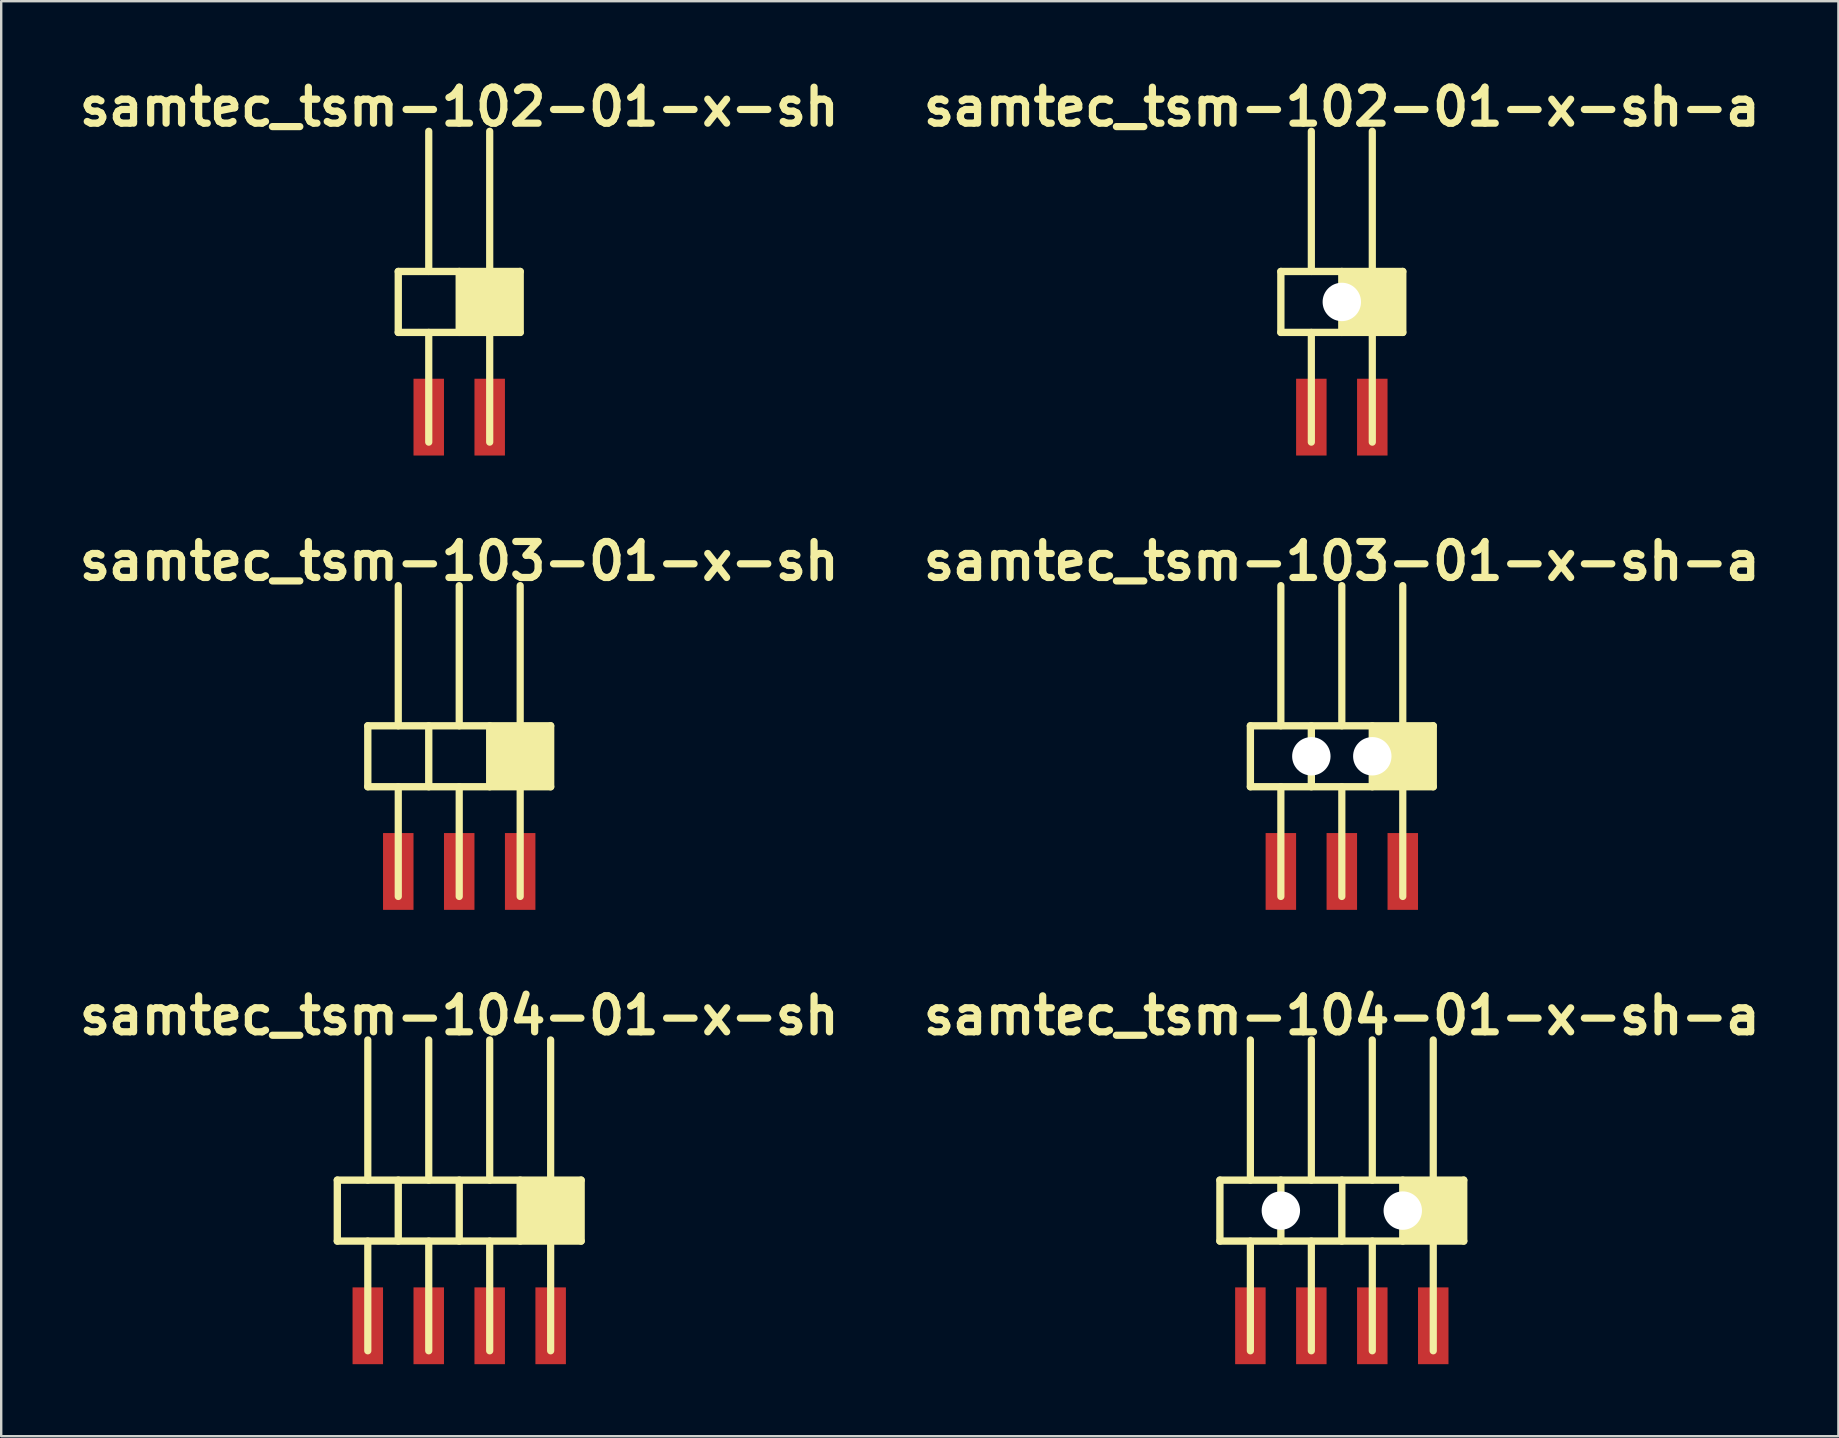
<source format=kicad_pcb>
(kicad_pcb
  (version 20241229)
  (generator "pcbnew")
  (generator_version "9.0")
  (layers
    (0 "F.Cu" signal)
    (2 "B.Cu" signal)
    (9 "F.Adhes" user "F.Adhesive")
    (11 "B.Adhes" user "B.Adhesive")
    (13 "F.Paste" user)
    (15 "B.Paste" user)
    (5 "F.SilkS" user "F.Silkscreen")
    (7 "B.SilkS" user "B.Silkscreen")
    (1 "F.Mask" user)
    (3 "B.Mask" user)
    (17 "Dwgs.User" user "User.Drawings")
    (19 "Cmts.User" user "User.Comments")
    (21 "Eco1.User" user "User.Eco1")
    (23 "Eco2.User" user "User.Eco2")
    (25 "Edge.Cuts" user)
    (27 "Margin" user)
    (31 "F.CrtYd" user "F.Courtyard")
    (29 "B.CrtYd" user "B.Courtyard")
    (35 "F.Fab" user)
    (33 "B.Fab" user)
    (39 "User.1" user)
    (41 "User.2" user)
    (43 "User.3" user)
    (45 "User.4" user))
  (footprint "samtec_tsm-103-01-x-sh"
    (layer "F.Cu")
    (at 16.086 28.464)
    (property "Reference" "samtec_tsm-103-01-x-sh" (at 0 -8.128 0) (layer "F.SilkS") (effects (font (size 1.5 1.5) (thickness 0.3))))
    (attr through_hole)
    (fp_line (start -3.81 -1.27) (end 3.81 -1.27) (stroke (width 0.305) (type solid)) (layer "F.SilkS"))
    (fp_line (start -3.81 1.27) (end -3.81 -1.27) (stroke (width 0.305) (type solid)) (layer "F.SilkS"))
    (fp_line (start -2.54 -1.27) (end -2.54 -7.112) (stroke (width 0.3) (type solid)) (layer "F.SilkS"))
    (fp_line (start -2.54 5.842) (end -2.54 1.27) (stroke (width 0.3) (type solid)) (layer "F.SilkS"))
    (fp_line (start -1.27 1.27) (end -1.27 -1.27) (stroke (width 0.305) (type solid)) (layer "F.SilkS"))
    (fp_line (start 0 -1.27) (end 0 -7.112) (stroke (width 0.3) (type solid)) (layer "F.SilkS"))
    (fp_line (start 0 5.842) (end 0 1.27) (stroke (width 0.3) (type solid)) (layer "F.SilkS"))
    (fp_line (start 1.27 -1.27) (end 1.27 1.27) (stroke (width 0.305) (type solid)) (layer "F.SilkS"))
    (fp_line (start 2.54 -1.27) (end 2.54 -7.112) (stroke (width 0.3) (type solid)) (layer "F.SilkS"))
    (fp_line (start 2.54 5.842) (end 2.54 1.27) (stroke (width 0.3) (type solid)) (layer "F.SilkS"))
    (fp_line (start 3.81 -1.27) (end 3.81 1.27) (stroke (width 0.305) (type solid)) (layer "F.SilkS"))
    (fp_line (start 3.81 1.27) (end -3.81 1.27) (stroke (width 0.305) (type solid)) (layer "F.SilkS"))
    (fp_poly (pts (xy 3.81 1.27) (xy 1.27 1.27) (xy 1.27 -1.27) (xy 3.81 -1.27)) (stroke (width 0.1) (type solid)) (fill yes) (layer "F.SilkS"))
    (pad "1" smd rect (at 2.54 4.8) (size 1.27 3.2) (layers "F.Cu" "F.Mask" "F.Paste"))
    (pad "2" smd rect (at 0 4.8) (size 1.27 3.2) (layers "F.Cu" "F.Mask" "F.Paste"))
    (pad "3" smd rect (at -2.54 4.8) (size 1.27 3.2) (layers "F.Cu" "F.Mask" "F.Paste")))
  (footprint "samtec_tsm-102-01-x-sh"
    (layer "F.Cu")
    (at 16.086 9.532)
    (property "Reference" "samtec_tsm-102-01-x-sh" (at 0 -8.128 0) (layer "F.SilkS") (effects (font (size 1.5 1.5) (thickness 0.3))))
    (attr through_hole)
    (fp_line (start -2.54 -1.27) (end 2.54 -1.27) (stroke (width 0.305) (type solid)) (layer "F.SilkS"))
    (fp_line (start -2.54 1.27) (end -2.54 -1.27) (stroke (width 0.305) (type solid)) (layer "F.SilkS"))
    (fp_line (start -1.27 -1.27) (end -1.27 -7.112) (stroke (width 0.3) (type solid)) (layer "F.SilkS"))
    (fp_line (start -1.27 5.842) (end -1.27 1.27) (stroke (width 0.3) (type solid)) (layer "F.SilkS"))
    (fp_line (start 0 -1.27) (end 0 1.27) (stroke (width 0.305) (type solid)) (layer "F.SilkS"))
    (fp_line (start 1.27 -1.27) (end 1.27 -7.112) (stroke (width 0.3) (type solid)) (layer "F.SilkS"))
    (fp_line (start 1.27 5.842) (end 1.27 1.27) (stroke (width 0.3) (type solid)) (layer "F.SilkS"))
    (fp_line (start 2.54 -1.27) (end 2.54 1.27) (stroke (width 0.305) (type solid)) (layer "F.SilkS"))
    (fp_line (start 2.54 1.27) (end -2.54 1.27) (stroke (width 0.305) (type solid)) (layer "F.SilkS"))
    (fp_poly (pts (xy 2.54 1.27) (xy 0 1.27) (xy 0 -1.27) (xy 2.54 -1.27)) (stroke (width 0.1) (type solid)) (fill yes) (layer "F.SilkS"))
    (pad "1" smd rect (at 1.27 4.8) (size 1.27 3.2) (layers "F.Cu" "F.Mask" "F.Paste"))
    (pad "2" smd rect (at -1.27 4.8) (size 1.27 3.2) (layers "F.Cu" "F.Mask" "F.Paste")))
  (footprint "samtec_tsm-102-01-x-sh-a"
    (layer "F.Cu")
    (at 52.864 9.532)
    (property "Reference" "samtec_tsm-102-01-x-sh-a" (at 0 -8.128 0) (layer "F.SilkS") (effects (font (size 1.5 1.5) (thickness 0.3))))
    (attr through_hole)
    (fp_line (start -2.54 -1.27) (end 2.54 -1.27) (stroke (width 0.305) (type solid)) (layer "F.SilkS"))
    (fp_line (start -2.54 1.27) (end -2.54 -1.27) (stroke (width 0.305) (type solid)) (layer "F.SilkS"))
    (fp_line (start -1.27 -1.27) (end -1.27 -7.112) (stroke (width 0.3) (type solid)) (layer "F.SilkS"))
    (fp_line (start -1.27 5.842) (end -1.27 1.27) (stroke (width 0.3) (type solid)) (layer "F.SilkS"))
    (fp_line (start 0 -1.27) (end 0 1.27) (stroke (width 0.305) (type solid)) (layer "F.SilkS"))
    (fp_line (start 1.27 -1.27) (end 1.27 -7.112) (stroke (width 0.3) (type solid)) (layer "F.SilkS"))
    (fp_line (start 1.27 5.842) (end 1.27 1.27) (stroke (width 0.3) (type solid)) (layer "F.SilkS"))
    (fp_line (start 2.54 -1.27) (end 2.54 1.27) (stroke (width 0.305) (type solid)) (layer "F.SilkS"))
    (fp_line (start 2.54 1.27) (end -2.54 1.27) (stroke (width 0.305) (type solid)) (layer "F.SilkS"))
    (fp_poly (pts (xy 2.54 1.27) (xy 0 1.27) (xy 0 -1.27) (xy 2.54 -1.27)) (stroke (width 0.1) (type solid)) (fill yes) (layer "F.SilkS"))
    (pad "" np_thru_hole circle (at 0 0) (size 1.6 1.6) (drill 1.6) (layers "*.Cu"))
    (pad "1" smd rect (at 1.27 4.8) (size 1.27 3.2) (layers "F.Cu" "F.Mask" "F.Paste"))
    (pad "2" smd rect (at -1.27 4.8) (size 1.27 3.2) (layers "F.Cu" "F.Mask" "F.Paste")))
  (footprint "samtec_tsm-104-01-x-sh-a"
    (layer "F.Cu")
    (at 52.864 47.396)
    (property "Reference" "samtec_tsm-104-01-x-sh-a" (at 0 -8.128 0) (layer "F.SilkS") (effects (font (size 1.5 1.5) (thickness 0.3))))
    (attr through_hole)
    (fp_line (start -5.08 -1.27) (end 5.08 -1.27) (stroke (width 0.305) (type solid)) (layer "F.SilkS"))
    (fp_line (start -5.08 1.27) (end -5.08 -1.27) (stroke (width 0.305) (type solid)) (layer "F.SilkS"))
    (fp_line (start -3.81 -1.27) (end -3.81 -7.112) (stroke (width 0.3) (type solid)) (layer "F.SilkS"))
    (fp_line (start -3.81 5.842) (end -3.81 1.27) (stroke (width 0.3) (type solid)) (layer "F.SilkS"))
    (fp_line (start -2.54 1.27) (end -2.54 -1.27) (stroke (width 0.305) (type solid)) (layer "F.SilkS"))
    (fp_line (start -1.27 -1.27) (end -1.27 -7.112) (stroke (width 0.3) (type solid)) (layer "F.SilkS"))
    (fp_line (start -1.27 5.842) (end -1.27 1.27) (stroke (width 0.3) (type solid)) (layer "F.SilkS"))
    (fp_line (start 0 1.27) (end 0 -1.27) (stroke (width 0.305) (type solid)) (layer "F.SilkS"))
    (fp_line (start 1.27 -1.27) (end 1.27 -7.112) (stroke (width 0.3) (type solid)) (layer "F.SilkS"))
    (fp_line (start 1.27 5.842) (end 1.27 1.27) (stroke (width 0.3) (type solid)) (layer "F.SilkS"))
    (fp_line (start 2.54 -1.27) (end 2.54 1.27) (stroke (width 0.305) (type solid)) (layer "F.SilkS"))
    (fp_line (start 3.81 -1.27) (end 3.81 -7.112) (stroke (width 0.3) (type solid)) (layer "F.SilkS"))
    (fp_line (start 3.81 5.842) (end 3.81 1.27) (stroke (width 0.3) (type solid)) (layer "F.SilkS"))
    (fp_line (start 5.08 -1.27) (end 5.08 1.27) (stroke (width 0.305) (type solid)) (layer "F.SilkS"))
    (fp_line (start 5.08 1.27) (end -5.08 1.27) (stroke (width 0.305) (type solid)) (layer "F.SilkS"))
    (fp_poly (pts (xy 5.08 1.27) (xy 2.54 1.27) (xy 2.54 -1.27) (xy 5.08 -1.27)) (stroke (width 0.1) (type solid)) (fill yes) (layer "F.SilkS"))
    (pad "" np_thru_hole circle (at -2.54 0) (size 1.6 1.6) (drill 1.6) (layers "*.Cu"))
    (pad "" np_thru_hole circle (at 2.54 0) (size 1.6 1.6) (drill 1.6) (layers "*.Cu"))
    (pad "1" smd rect (at 3.81 4.8) (size 1.27 3.2) (layers "F.Cu" "F.Mask" "F.Paste"))
    (pad "2" smd rect (at 1.27 4.8) (size 1.27 3.2) (layers "F.Cu" "F.Mask" "F.Paste"))
    (pad "3" smd rect (at -1.27 4.8) (size 1.27 3.2) (layers "F.Cu" "F.Mask" "F.Paste"))
    (pad "4" smd rect (at -3.81 4.8) (size 1.27 3.2) (layers "F.Cu" "F.Mask" "F.Paste")))
  (footprint "samtec_tsm-103-01-x-sh-a"
    (layer "F.Cu")
    (at 52.864 28.464)
    (property "Reference" "samtec_tsm-103-01-x-sh-a" (at 0 -8.128 0) (layer "F.SilkS") (effects (font (size 1.5 1.5) (thickness 0.3))))
    (attr through_hole)
    (fp_line (start -3.81 -1.27) (end 3.81 -1.27) (stroke (width 0.305) (type solid)) (layer "F.SilkS"))
    (fp_line (start -3.81 1.27) (end -3.81 -1.27) (stroke (width 0.305) (type solid)) (layer "F.SilkS"))
    (fp_line (start -2.54 -1.27) (end -2.54 -7.112) (stroke (width 0.3) (type solid)) (layer "F.SilkS"))
    (fp_line (start -2.54 5.842) (end -2.54 1.27) (stroke (width 0.3) (type solid)) (layer "F.SilkS"))
    (fp_line (start -1.27 1.27) (end -1.27 -1.27) (stroke (width 0.305) (type solid)) (layer "F.SilkS"))
    (fp_line (start 0 -1.27) (end 0 -7.112) (stroke (width 0.3) (type solid)) (layer "F.SilkS"))
    (fp_line (start 0 5.842) (end 0 1.27) (stroke (width 0.3) (type solid)) (layer "F.SilkS"))
    (fp_line (start 1.27 -1.27) (end 1.27 1.27) (stroke (width 0.305) (type solid)) (layer "F.SilkS"))
    (fp_line (start 2.54 -1.27) (end 2.54 -7.112) (stroke (width 0.3) (type solid)) (layer "F.SilkS"))
    (fp_line (start 2.54 5.842) (end 2.54 1.27) (stroke (width 0.3) (type solid)) (layer "F.SilkS"))
    (fp_line (start 3.81 -1.27) (end 3.81 1.27) (stroke (width 0.305) (type solid)) (layer "F.SilkS"))
    (fp_line (start 3.81 1.27) (end -3.81 1.27) (stroke (width 0.305) (type solid)) (layer "F.SilkS"))
    (fp_poly (pts (xy 3.81 1.27) (xy 1.27 1.27) (xy 1.27 -1.27) (xy 3.81 -1.27)) (stroke (width 0.1) (type solid)) (fill yes) (layer "F.SilkS"))
    (pad "" np_thru_hole circle (at -1.27 0) (size 1.6 1.6) (drill 1.6) (layers "*.Cu"))
    (pad "" np_thru_hole circle (at 1.27 0) (size 1.6 1.6) (drill 1.6) (layers "*.Cu"))
    (pad "1" smd rect (at 2.54 4.8) (size 1.27 3.2) (layers "F.Cu" "F.Mask" "F.Paste"))
    (pad "2" smd rect (at 0 4.8) (size 1.27 3.2) (layers "F.Cu" "F.Mask" "F.Paste"))
    (pad "3" smd rect (at -2.54 4.8) (size 1.27 3.2) (layers "F.Cu" "F.Mask" "F.Paste")))
  (footprint "samtec_tsm-104-01-x-sh"
    (layer "F.Cu")
    (at 16.086 47.396)
    (property "Reference" "samtec_tsm-104-01-x-sh" (at 0 -8.128 0) (layer "F.SilkS") (effects (font (size 1.5 1.5) (thickness 0.3))))
    (attr through_hole)
    (fp_line (start -5.08 -1.27) (end 5.08 -1.27) (stroke (width 0.305) (type solid)) (layer "F.SilkS"))
    (fp_line (start -5.08 1.27) (end -5.08 -1.27) (stroke (width 0.305) (type solid)) (layer "F.SilkS"))
    (fp_line (start -3.81 -1.27) (end -3.81 -7.112) (stroke (width 0.3) (type solid)) (layer "F.SilkS"))
    (fp_line (start -3.81 5.842) (end -3.81 1.27) (stroke (width 0.3) (type solid)) (layer "F.SilkS"))
    (fp_line (start -2.54 1.27) (end -2.54 -1.27) (stroke (width 0.305) (type solid)) (layer "F.SilkS"))
    (fp_line (start -1.27 -1.27) (end -1.27 -7.112) (stroke (width 0.3) (type solid)) (layer "F.SilkS"))
    (fp_line (start -1.27 5.842) (end -1.27 1.27) (stroke (width 0.3) (type solid)) (layer "F.SilkS"))
    (fp_line (start 0 1.27) (end 0 -1.27) (stroke (width 0.305) (type solid)) (layer "F.SilkS"))
    (fp_line (start 1.27 -1.27) (end 1.27 -7.112) (stroke (width 0.3) (type solid)) (layer "F.SilkS"))
    (fp_line (start 1.27 5.842) (end 1.27 1.27) (stroke (width 0.3) (type solid)) (layer "F.SilkS"))
    (fp_line (start 2.54 -1.27) (end 2.54 1.27) (stroke (width 0.305) (type solid)) (layer "F.SilkS"))
    (fp_line (start 3.81 -1.27) (end 3.81 -7.112) (stroke (width 0.3) (type solid)) (layer "F.SilkS"))
    (fp_line (start 3.81 5.842) (end 3.81 1.27) (stroke (width 0.3) (type solid)) (layer "F.SilkS"))
    (fp_line (start 5.08 -1.27) (end 5.08 1.27) (stroke (width 0.305) (type solid)) (layer "F.SilkS"))
    (fp_line (start 5.08 1.27) (end -5.08 1.27) (stroke (width 0.305) (type solid)) (layer "F.SilkS"))
    (fp_poly (pts (xy 5.08 1.27) (xy 2.54 1.27) (xy 2.54 -1.27) (xy 5.08 -1.27)) (stroke (width 0.1) (type solid)) (fill yes) (layer "F.SilkS"))
    (pad "1" smd rect (at 3.81 4.8) (size 1.27 3.2) (layers "F.Cu" "F.Mask" "F.Paste"))
    (pad "2" smd rect (at 1.27 4.8) (size 1.27 3.2) (layers "F.Cu" "F.Mask" "F.Paste"))
    (pad "3" smd rect (at -1.27 4.8) (size 1.27 3.2) (layers "F.Cu" "F.Mask" "F.Paste"))
    (pad "4" smd rect (at -3.81 4.8) (size 1.27 3.2) (layers "F.Cu" "F.Mask" "F.Paste")))
  (gr_rect
    (start -3 -3)
    (end 73.557 56.796)
    (stroke (width 0.1) (type default))
    (fill no)
    (layer "Edge.Cuts")))
</source>
